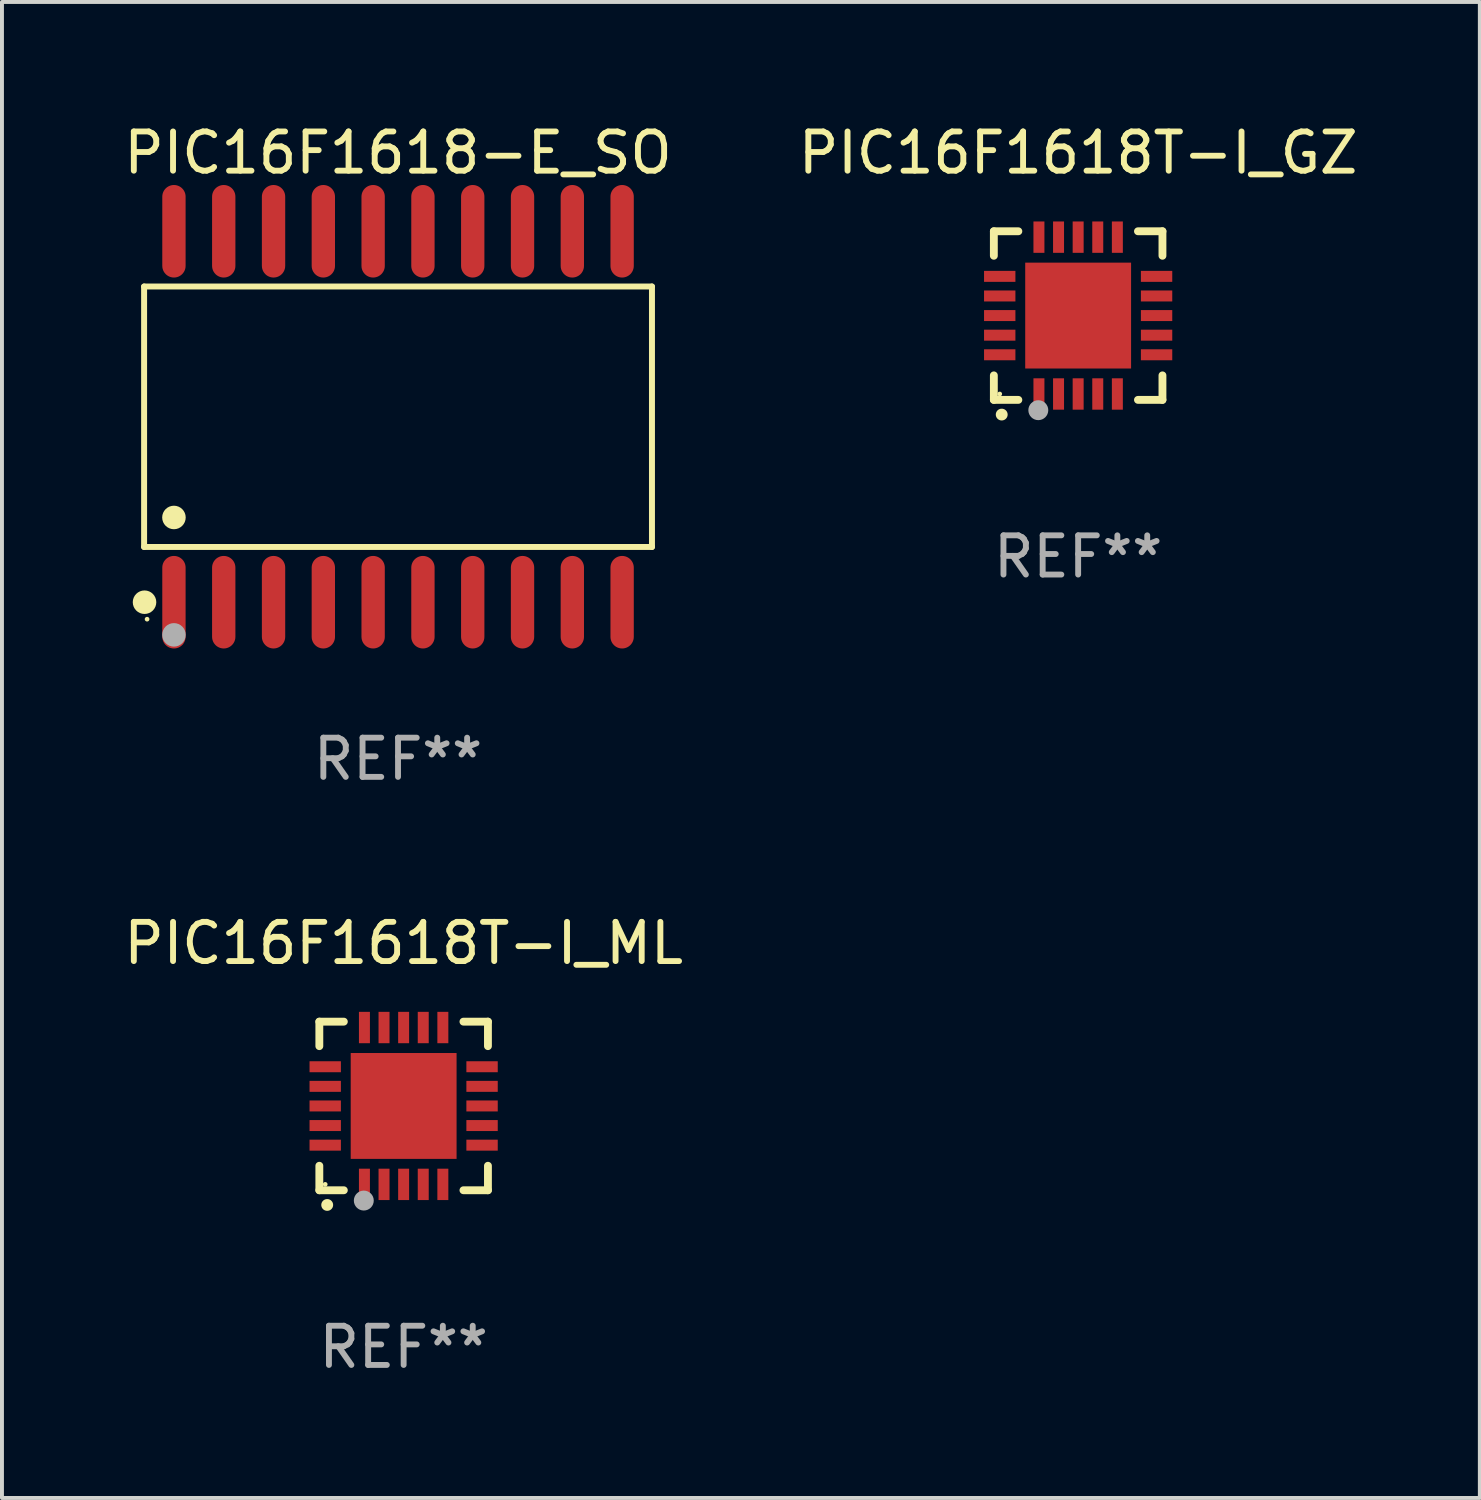
<source format=kicad_pcb>
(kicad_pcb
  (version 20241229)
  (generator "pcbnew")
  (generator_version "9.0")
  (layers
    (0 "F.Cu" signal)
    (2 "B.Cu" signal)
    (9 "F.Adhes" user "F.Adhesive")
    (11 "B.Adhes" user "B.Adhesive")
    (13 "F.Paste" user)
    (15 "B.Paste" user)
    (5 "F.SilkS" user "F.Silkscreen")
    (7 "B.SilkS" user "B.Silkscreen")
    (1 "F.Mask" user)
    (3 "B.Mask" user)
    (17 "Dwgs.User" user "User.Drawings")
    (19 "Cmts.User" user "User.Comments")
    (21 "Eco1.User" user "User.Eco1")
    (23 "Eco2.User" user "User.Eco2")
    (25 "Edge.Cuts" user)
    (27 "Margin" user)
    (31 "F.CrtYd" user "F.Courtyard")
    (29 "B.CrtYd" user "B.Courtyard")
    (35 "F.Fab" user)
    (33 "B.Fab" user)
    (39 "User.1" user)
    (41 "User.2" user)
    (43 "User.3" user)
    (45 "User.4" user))
  (footprint "PIC16F1618-E_SO"
    (layer "F.Cu")
    (at 7.101 7.578)
    (property "Reference" "PIC16F1618-E_SO" (at 0 -6.73 0) (layer "F.SilkS") (effects (font (size 1 1) (thickness 0.15))))
    (attr through_hole)
    (fp_line (start -6.476 -3.321) (end 6.476 -3.321) (stroke (width 0.152) (type solid)) (layer "F.SilkS"))
    (fp_line (start -6.476 3.321) (end -6.476 -3.321) (stroke (width 0.152) (type solid)) (layer "F.SilkS"))
    (fp_line (start 6.476 -3.321) (end 6.476 3.321) (stroke (width 0.152) (type solid)) (layer "F.SilkS"))
    (fp_line (start 6.476 3.321) (end -6.476 3.321) (stroke (width 0.152) (type solid)) (layer "F.SilkS"))
    (fp_circle (center -6.465 4.73) (end -6.315 4.73) (stroke (width 0.3) (type solid)) (fill no) (layer "F.SilkS"))
    (fp_circle (center -6.4 5.163) (end -6.37 5.163) (stroke (width 0.06) (type solid)) (fill no) (layer "F.SilkS"))
    (fp_circle (center -5.715 2.569) (end -5.565 2.569) (stroke (width 0.3) (type solid)) (fill no) (layer "F.SilkS"))
    (fp_circle (center -5.715 5.563) (end -5.565 5.563) (stroke (width 0.3) (type solid)) (fill no) (layer "F.Fab"))
    (fp_text user "REF**" (at 0 8.73 0) (layer "F.Fab") (effects (font (size 1 1) (thickness 0.15))))
    (pad "1" smd oval (at -5.715 4.73) (size 0.595 2.36) (layers "F.Cu" "F.Mask" "F.Paste"))
    (pad "2" smd oval (at -4.445 4.73) (size 0.595 2.36) (layers "F.Cu" "F.Mask" "F.Paste"))
    (pad "3" smd oval (at -3.175 4.73) (size 0.595 2.36) (layers "F.Cu" "F.Mask" "F.Paste"))
    (pad "4" smd oval (at -1.905 4.73) (size 0.595 2.36) (layers "F.Cu" "F.Mask" "F.Paste"))
    (pad "5" smd oval (at -0.635 4.73) (size 0.595 2.36) (layers "F.Cu" "F.Mask" "F.Paste"))
    (pad "6" smd oval (at 0.635 4.73) (size 0.595 2.36) (layers "F.Cu" "F.Mask" "F.Paste"))
    (pad "7" smd oval (at 1.905 4.73) (size 0.595 2.36) (layers "F.Cu" "F.Mask" "F.Paste"))
    (pad "8" smd oval (at 3.175 4.73) (size 0.595 2.36) (layers "F.Cu" "F.Mask" "F.Paste"))
    (pad "9" smd oval (at 4.445 4.73) (size 0.595 2.36) (layers "F.Cu" "F.Mask" "F.Paste"))
    (pad "10" smd oval (at 5.715 4.73) (size 0.595 2.36) (layers "F.Cu" "F.Mask" "F.Paste"))
    (pad "11" smd oval (at 5.715 -4.73) (size 0.595 2.36) (layers "F.Cu" "F.Mask" "F.Paste"))
    (pad "12" smd oval (at 4.445 -4.73) (size 0.595 2.36) (layers "F.Cu" "F.Mask" "F.Paste"))
    (pad "13" smd oval (at 3.175 -4.73) (size 0.595 2.36) (layers "F.Cu" "F.Mask" "F.Paste"))
    (pad "14" smd oval (at 1.905 -4.73) (size 0.595 2.36) (layers "F.Cu" "F.Mask" "F.Paste"))
    (pad "15" smd oval (at 0.635 -4.73) (size 0.595 2.36) (layers "F.Cu" "F.Mask" "F.Paste"))
    (pad "16" smd oval (at -0.635 -4.73) (size 0.595 2.36) (layers "F.Cu" "F.Mask" "F.Paste"))
    (pad "17" smd oval (at -1.905 -4.73) (size 0.595 2.36) (layers "F.Cu" "F.Mask" "F.Paste"))
    (pad "18" smd oval (at -3.175 -4.73) (size 0.595 2.36) (layers "F.Cu" "F.Mask" "F.Paste"))
    (pad "19" smd oval (at -4.445 -4.73) (size 0.595 2.36) (layers "F.Cu" "F.Mask" "F.Paste"))
    (pad "20" smd oval (at -5.715 -4.73) (size 0.595 2.36) (layers "F.Cu" "F.Mask" "F.Paste")))
  (footprint "PIC16F1618T-I_GZ"
    (layer "F.Cu")
    (at 24.446 4.998)
    (property "Reference" "PIC16F1618T-I_GZ" (at 0 -4.15 0) (layer "F.SilkS") (effects (font (size 1 1) (thickness 0.15))))
    (attr through_hole)
    (fp_line (start -2.15 -2.15) (end -2.15 -1.525) (stroke (width 0.2) (type solid)) (layer "F.SilkS"))
    (fp_line (start -2.15 2.15) (end -2.15 1.525) (stroke (width 0.2) (type solid)) (layer "F.SilkS"))
    (fp_line (start -1.525 -2.15) (end -2.15 -2.15) (stroke (width 0.2) (type solid)) (layer "F.SilkS"))
    (fp_line (start -1.525 2.15) (end -2.15 2.15) (stroke (width 0.2) (type solid)) (layer "F.SilkS"))
    (fp_line (start 1.525 2.15) (end 2.15 2.15) (stroke (width 0.2) (type solid)) (layer "F.SilkS"))
    (fp_line (start 2.15 -2.15) (end 1.525 -2.15) (stroke (width 0.2) (type solid)) (layer "F.SilkS"))
    (fp_line (start 2.15 -1.525) (end 2.15 -2.15) (stroke (width 0.2) (type solid)) (layer "F.SilkS"))
    (fp_line (start 2.15 2.15) (end 2.15 1.525) (stroke (width 0.2) (type solid)) (layer "F.SilkS"))
    (fp_arc (start -1.950724 2.524765) (mid -1.949454 2.52476) (end -1.948184 2.524765) (stroke (width 0.3) (type solid)) (layer "F.SilkS"))
    (fp_circle (center -2 2) (end -1.97 2) (stroke (width 0.06) (type solid)) (fill no) (layer "F.SilkS"))
    (fp_circle (center -1.016 2.413) (end -0.889 2.413) (stroke (width 0.254) (type solid)) (fill no) (layer "F.Fab"))
    (fp_text user "REF**" (at 0 6.15 0) (layer "F.Fab") (effects (font (size 1 1) (thickness 0.15))))
    (pad "1" smd rect (at -1 2 180) (size 0.28 0.8) (layers "F.Cu" "F.Mask" "F.Paste"))
    (pad "2" smd rect (at -0.5 2 180) (size 0.28 0.8) (layers "F.Cu" "F.Mask" "F.Paste"))
    (pad "3" smd rect (at 0 2 180) (size 0.28 0.8) (layers "F.Cu" "F.Mask" "F.Paste"))
    (pad "4" smd rect (at 0.5 2 180) (size 0.28 0.8) (layers "F.Cu" "F.Mask" "F.Paste"))
    (pad "5" smd rect (at 1 2 180) (size 0.28 0.8) (layers "F.Cu" "F.Mask" "F.Paste"))
    (pad "6" smd rect (at 2 1 90) (size 0.28 0.8) (layers "F.Cu" "F.Mask" "F.Paste"))
    (pad "7" smd rect (at 2 0.5 90) (size 0.28 0.8) (layers "F.Cu" "F.Mask" "F.Paste"))
    (pad "8" smd rect (at 2 0 90) (size 0.28 0.8) (layers "F.Cu" "F.Mask" "F.Paste"))
    (pad "9" smd rect (at 2 -0.5 90) (size 0.28 0.8) (layers "F.Cu" "F.Mask" "F.Paste"))
    (pad "10" smd rect (at 2 -1 90) (size 0.28 0.8) (layers "F.Cu" "F.Mask" "F.Paste"))
    (pad "11" smd rect (at 1 -2 180) (size 0.28 0.8) (layers "F.Cu" "F.Mask" "F.Paste"))
    (pad "12" smd rect (at 0.5 -2 180) (size 0.28 0.8) (layers "F.Cu" "F.Mask" "F.Paste"))
    (pad "13" smd rect (at 0 -2 180) (size 0.28 0.8) (layers "F.Cu" "F.Mask" "F.Paste"))
    (pad "14" smd rect (at -0.5 -2 180) (size 0.28 0.8) (layers "F.Cu" "F.Mask" "F.Paste"))
    (pad "15" smd rect (at -1 -2 180) (size 0.28 0.8) (layers "F.Cu" "F.Mask" "F.Paste"))
    (pad "16" smd rect (at -2 -1 90) (size 0.28 0.8) (layers "F.Cu" "F.Mask" "F.Paste"))
    (pad "17" smd rect (at -2 -0.5 90) (size 0.28 0.8) (layers "F.Cu" "F.Mask" "F.Paste"))
    (pad "18" smd rect (at -2 0 90) (size 0.28 0.8) (layers "F.Cu" "F.Mask" "F.Paste"))
    (pad "19" smd rect (at -2 0.5 90) (size 0.28 0.8) (layers "F.Cu" "F.Mask" "F.Paste"))
    (pad "20" smd rect (at -2 1 90) (size 0.28 0.8) (layers "F.Cu" "F.Mask" "F.Paste"))
    (pad "21" smd rect (at 0 0 90) (size 2.7 2.7) (layers "F.Cu" "F.Mask" "F.Paste")))
  (footprint "PIC16F1618T-I_ML"
    (layer "F.Cu")
    (at 7.244 25.155)
    (property "Reference" "PIC16F1618T-I_ML" (at 0 -4.15 0) (layer "F.SilkS") (effects (font (size 1 1) (thickness 0.15))))
    (attr through_hole)
    (fp_line (start -2.15 -2.15) (end -2.15 -1.525) (stroke (width 0.2) (type solid)) (layer "F.SilkS"))
    (fp_line (start -2.15 2.15) (end -2.15 1.525) (stroke (width 0.2) (type solid)) (layer "F.SilkS"))
    (fp_line (start -1.525 -2.15) (end -2.15 -2.15) (stroke (width 0.2) (type solid)) (layer "F.SilkS"))
    (fp_line (start -1.525 2.15) (end -2.15 2.15) (stroke (width 0.2) (type solid)) (layer "F.SilkS"))
    (fp_line (start 1.525 2.15) (end 2.15 2.15) (stroke (width 0.2) (type solid)) (layer "F.SilkS"))
    (fp_line (start 2.15 -2.15) (end 1.525 -2.15) (stroke (width 0.2) (type solid)) (layer "F.SilkS"))
    (fp_line (start 2.15 -1.525) (end 2.15 -2.15) (stroke (width 0.2) (type solid)) (layer "F.SilkS"))
    (fp_line (start 2.15 2.15) (end 2.15 1.525) (stroke (width 0.2) (type solid)) (layer "F.SilkS"))
    (fp_arc (start -1.950724 2.524765) (mid -1.949454 2.52476) (end -1.948184 2.524765) (stroke (width 0.3) (type solid)) (layer "F.SilkS"))
    (fp_circle (center -2 2) (end -1.97 2) (stroke (width 0.06) (type solid)) (fill no) (layer "F.SilkS"))
    (fp_circle (center -1.016 2.413) (end -0.889 2.413) (stroke (width 0.254) (type solid)) (fill no) (layer "F.Fab"))
    (fp_text user "REF**" (at 0 6.15 0) (layer "F.Fab") (effects (font (size 1 1) (thickness 0.15))))
    (pad "1" smd rect (at -1 2) (size 0.28 0.8) (layers "F.Cu" "F.Mask" "F.Paste"))
    (pad "2" smd rect (at -0.5 2) (size 0.28 0.8) (layers "F.Cu" "F.Mask" "F.Paste"))
    (pad "3" smd rect (at 0 2) (size 0.28 0.8) (layers "F.Cu" "F.Mask" "F.Paste"))
    (pad "4" smd rect (at 0.5 2) (size 0.28 0.8) (layers "F.Cu" "F.Mask" "F.Paste"))
    (pad "5" smd rect (at 1 2) (size 0.28 0.8) (layers "F.Cu" "F.Mask" "F.Paste"))
    (pad "6" smd rect (at 2 1) (size 0.8 0.28) (layers "F.Cu" "F.Mask" "F.Paste"))
    (pad "7" smd rect (at 2 0.5) (size 0.8 0.28) (layers "F.Cu" "F.Mask" "F.Paste"))
    (pad "8" smd rect (at 2 0) (size 0.8 0.28) (layers "F.Cu" "F.Mask" "F.Paste"))
    (pad "9" smd rect (at 2 -0.5) (size 0.8 0.28) (layers "F.Cu" "F.Mask" "F.Paste"))
    (pad "10" smd rect (at 2 -1) (size 0.8 0.28) (layers "F.Cu" "F.Mask" "F.Paste"))
    (pad "11" smd rect (at 1 -2) (size 0.28 0.8) (layers "F.Cu" "F.Mask" "F.Paste"))
    (pad "12" smd rect (at 0.5 -2) (size 0.28 0.8) (layers "F.Cu" "F.Mask" "F.Paste"))
    (pad "13" smd rect (at 0 -2) (size 0.28 0.8) (layers "F.Cu" "F.Mask" "F.Paste"))
    (pad "14" smd rect (at -0.5 -2) (size 0.28 0.8) (layers "F.Cu" "F.Mask" "F.Paste"))
    (pad "15" smd rect (at -1 -2) (size 0.28 0.8) (layers "F.Cu" "F.Mask" "F.Paste"))
    (pad "16" smd rect (at -2 -1) (size 0.8 0.28) (layers "F.Cu" "F.Mask" "F.Paste"))
    (pad "17" smd rect (at -2 -0.5) (size 0.8 0.28) (layers "F.Cu" "F.Mask" "F.Paste"))
    (pad "18" smd rect (at -2 0) (size 0.8 0.28) (layers "F.Cu" "F.Mask" "F.Paste"))
    (pad "19" smd rect (at -2 0.5) (size 0.8 0.28) (layers "F.Cu" "F.Mask" "F.Paste"))
    (pad "20" smd rect (at -2 1) (size 0.8 0.28) (layers "F.Cu" "F.Mask" "F.Paste"))
    (pad "21" smd rect (at 0 0) (size 2.7 2.7) (layers "F.Cu" "F.Mask" "F.Paste")))
  (gr_rect
    (start -3 -3)
    (end 34.69 35.153)
    (stroke (width 0.1) (type default))
    (fill no)
    (layer "Edge.Cuts")))
</source>
